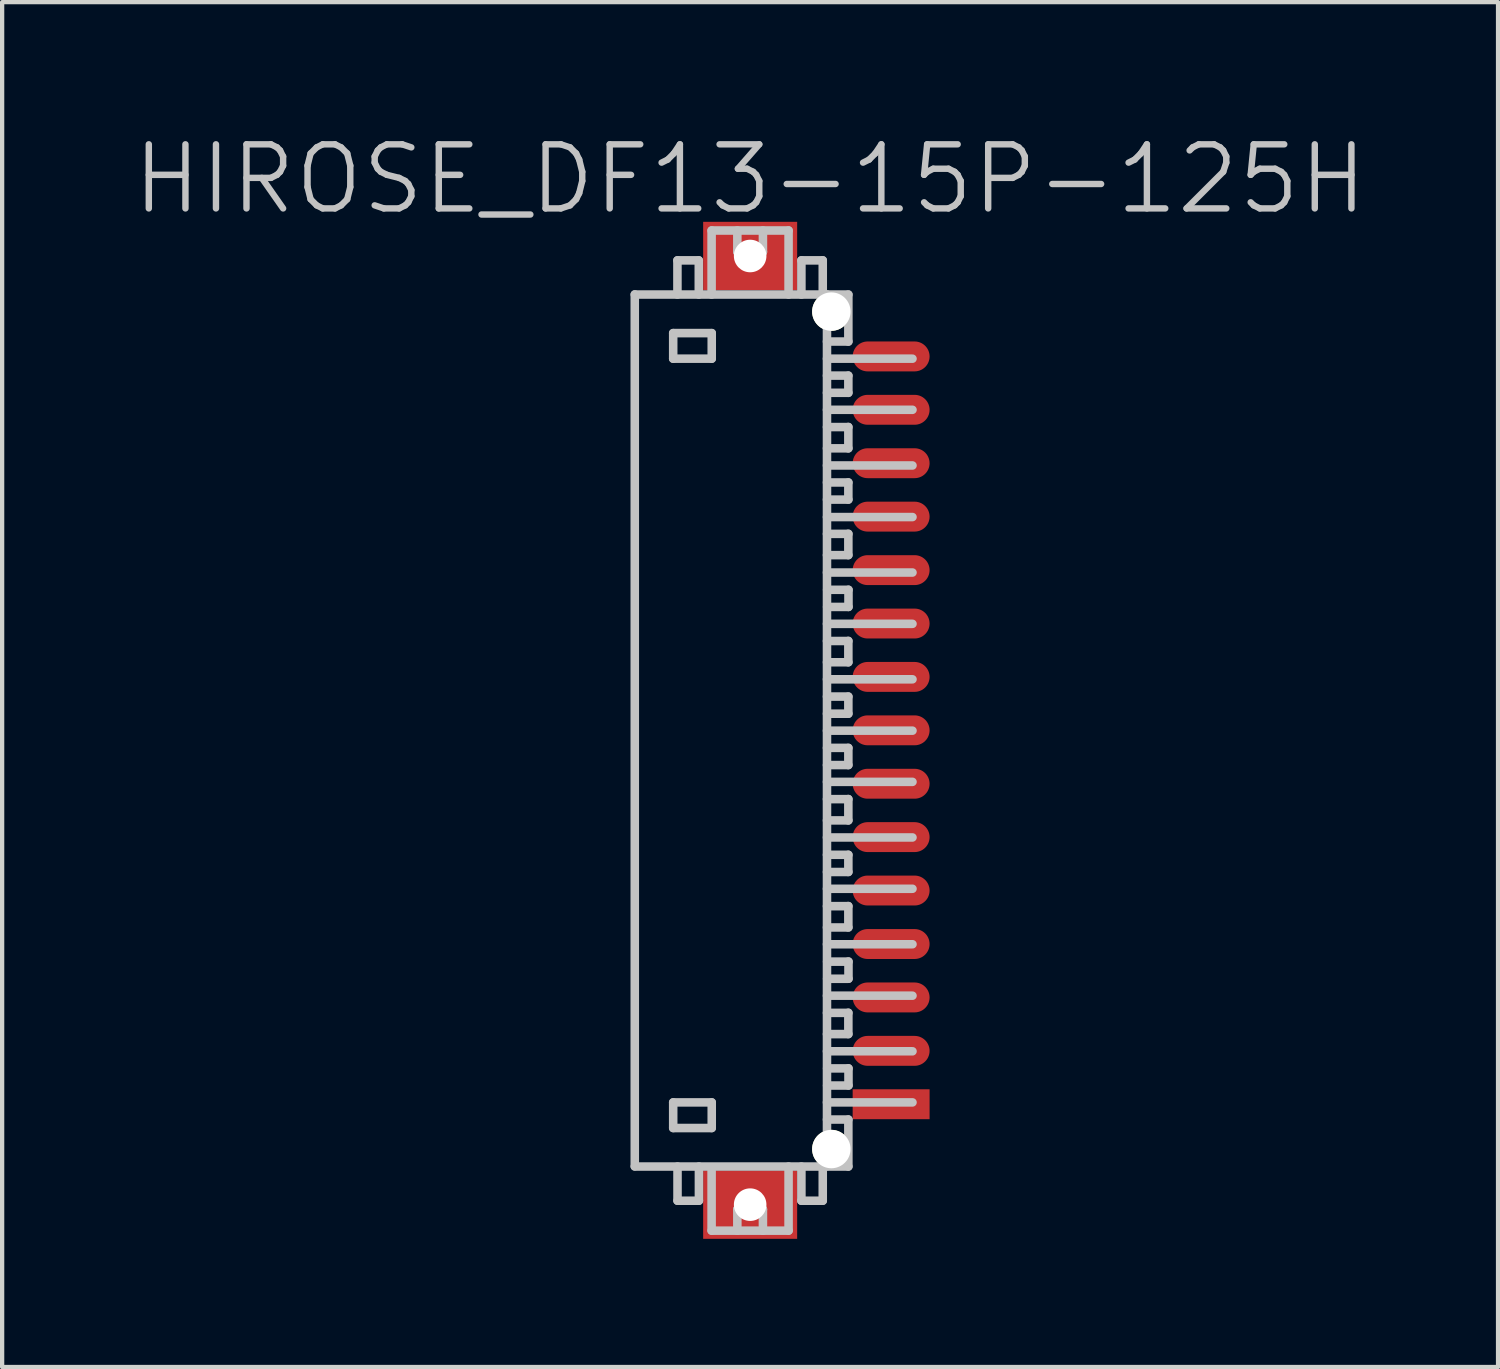
<source format=kicad_pcb>
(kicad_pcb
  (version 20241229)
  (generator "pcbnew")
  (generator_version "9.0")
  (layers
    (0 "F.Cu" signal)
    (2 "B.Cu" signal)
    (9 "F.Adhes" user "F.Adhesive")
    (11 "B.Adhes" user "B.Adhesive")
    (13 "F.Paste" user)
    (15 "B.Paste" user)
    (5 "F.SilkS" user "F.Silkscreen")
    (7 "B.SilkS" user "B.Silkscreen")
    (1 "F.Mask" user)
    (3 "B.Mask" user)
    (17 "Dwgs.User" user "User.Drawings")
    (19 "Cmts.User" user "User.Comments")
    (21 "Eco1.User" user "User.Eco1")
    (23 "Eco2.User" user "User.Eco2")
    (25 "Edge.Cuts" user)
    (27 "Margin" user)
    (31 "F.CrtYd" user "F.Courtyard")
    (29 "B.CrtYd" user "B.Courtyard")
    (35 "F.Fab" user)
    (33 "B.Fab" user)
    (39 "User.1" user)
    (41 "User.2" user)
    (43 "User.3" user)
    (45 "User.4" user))
  (footprint "HIROSE_DF13-15P-125H"
    (layer "F.Cu")
    (at 14.504 14.041)
    (property "Reference" "HIROSE_DF13-15P-125H" (at 0 -12.9 180) (layer "Dwgs.User") (effects (font (size 1.5 1.5) (thickness 0.15))))
    (attr smd)
    (fp_line (start -2.699 -10.198) (end 2.299 -10.198) (stroke (width 0.2) (type solid)) (layer "Dwgs.User"))
    (fp_line (start -2.699 10.201) (end -2.699 -10.201) (stroke (width 0.2) (type solid)) (layer "Dwgs.User"))
    (fp_line (start -1.8 -9.296) (end -1.8 -8.697) (stroke (width 0.2) (type solid)) (layer "Dwgs.User"))
    (fp_line (start -1.8 -8.697) (end -0.898 -8.697) (stroke (width 0.2) (type solid)) (layer "Dwgs.User"))
    (fp_line (start -1.8 8.707) (end -0.898 8.707) (stroke (width 0.2) (type solid)) (layer "Dwgs.User"))
    (fp_line (start -1.8 9.307) (end -1.8 8.707) (stroke (width 0.2) (type solid)) (layer "Dwgs.User"))
    (fp_line (start -1.701 -10.998) (end -1.701 -10.198) (stroke (width 0.2) (type solid)) (layer "Dwgs.User"))
    (fp_line (start -1.699 11.008) (end -1.699 10.208) (stroke (width 0.2) (type solid)) (layer "Dwgs.User"))
    (fp_line (start -1.201 -10.998) (end -1.701 -10.998) (stroke (width 0.2) (type solid)) (layer "Dwgs.User"))
    (fp_line (start -1.201 -10.198) (end -1.201 -10.998) (stroke (width 0.2) (type solid)) (layer "Dwgs.User"))
    (fp_line (start -1.198 10.208) (end -1.198 11.008) (stroke (width 0.2) (type solid)) (layer "Dwgs.User"))
    (fp_line (start -1.198 11.008) (end -1.699 11.008) (stroke (width 0.2) (type solid)) (layer "Dwgs.User"))
    (fp_line (start -0.901 -11.697) (end -0.901 -10.198) (stroke (width 0.2) (type solid)) (layer "Dwgs.User"))
    (fp_line (start -0.901 11.707) (end -0.901 10.307) (stroke (width 0.2) (type solid)) (layer "Dwgs.User"))
    (fp_line (start -0.898 -9.296) (end -1.8 -9.296) (stroke (width 0.2) (type solid)) (layer "Dwgs.User"))
    (fp_line (start -0.898 -8.697) (end -0.898 -9.296) (stroke (width 0.2) (type solid)) (layer "Dwgs.User"))
    (fp_line (start -0.898 8.707) (end -0.898 9.307) (stroke (width 0.2) (type solid)) (layer "Dwgs.User"))
    (fp_line (start -0.898 9.307) (end -1.8 9.307) (stroke (width 0.2) (type solid)) (layer "Dwgs.User"))
    (fp_line (start -0.299 -11.196) (end -0.299 -11.697) (stroke (width 0.2) (type solid)) (layer "Dwgs.User"))
    (fp_line (start -0.299 -11.196) (end 0.3 -11.196) (stroke (width 0.2) (type solid)) (layer "Dwgs.User"))
    (fp_line (start -0.299 11.209) (end 0.3 11.209) (stroke (width 0.2) (type solid)) (layer "Dwgs.User"))
    (fp_line (start -0.299 11.709) (end -0.299 11.209) (stroke (width 0.2) (type solid)) (layer "Dwgs.User"))
    (fp_line (start 0.3 -11.196) (end 0.3 -11.697) (stroke (width 0.2) (type solid)) (layer "Dwgs.User"))
    (fp_line (start 0.3 11.709) (end 0.3 11.209) (stroke (width 0.2) (type solid)) (layer "Dwgs.User"))
    (fp_line (start 0.9 -11.697) (end -0.901 -11.697) (stroke (width 0.2) (type solid)) (layer "Dwgs.User"))
    (fp_line (start 0.9 -10.198) (end 0.9 -11.697) (stroke (width 0.2) (type solid)) (layer "Dwgs.User"))
    (fp_line (start 0.9 11.707) (end 0.9 10.208) (stroke (width 0.2) (type solid)) (layer "Dwgs.User"))
    (fp_line (start 0.9 11.709) (end -0.901 11.709) (stroke (width 0.2) (type solid)) (layer "Dwgs.User"))
    (fp_line (start 1.2 -10.198) (end 1.2 -10.998) (stroke (width 0.2) (type solid)) (layer "Dwgs.User"))
    (fp_line (start 1.2 11.008) (end 1.2 10.208) (stroke (width 0.2) (type solid)) (layer "Dwgs.User"))
    (fp_line (start 1.7 -10.998) (end 1.2 -10.998) (stroke (width 0.2) (type solid)) (layer "Dwgs.User"))
    (fp_line (start 1.7 -10.998) (end 1.7 -10.198) (stroke (width 0.2) (type solid)) (layer "Dwgs.User"))
    (fp_line (start 1.7 10.208) (end 1.7 11.008) (stroke (width 0.2) (type solid)) (layer "Dwgs.User"))
    (fp_line (start 1.7 11.008) (end 1.2 11.008) (stroke (width 0.2) (type solid)) (layer "Dwgs.User"))
    (fp_line (start 1.799 -10.201) (end 1.799 10.201) (stroke (width 0.2) (type solid)) (layer "Dwgs.User"))
    (fp_line (start 1.799 -7.501) (end 3.8 -7.501) (stroke (width 0.2) (type solid)) (layer "Dwgs.User"))
    (fp_line (start 1.799 -7.097) (end 2.299 -7.097) (stroke (width 0.2) (type solid)) (layer "Dwgs.User"))
    (fp_line (start 1.799 -6.198) (end 3.8 -6.198) (stroke (width 0.2) (type solid)) (layer "Dwgs.User"))
    (fp_line (start 1.799 -4.991) (end 3.8 -4.991) (stroke (width 0.2) (type solid)) (layer "Dwgs.User"))
    (fp_line (start 1.799 -4.597) (end 2.299 -4.597) (stroke (width 0.2) (type solid)) (layer "Dwgs.User"))
    (fp_line (start 1.799 -3.693) (end 3.8 -3.693) (stroke (width 0.2) (type solid)) (layer "Dwgs.User"))
    (fp_line (start 1.799 -2.492) (end 3.8 -2.492) (stroke (width 0.2) (type solid)) (layer "Dwgs.User"))
    (fp_line (start 1.799 -2.09) (end 2.299 -2.09) (stroke (width 0.2) (type solid)) (layer "Dwgs.User"))
    (fp_line (start 1.799 -1.194) (end 3.8 -1.194) (stroke (width 0.2) (type solid)) (layer "Dwgs.User"))
    (fp_line (start 1.799 0.008) (end 3.8 0.008) (stroke (width 0.2) (type solid)) (layer "Dwgs.User"))
    (fp_line (start 1.799 1.206) (end 3.8 1.206) (stroke (width 0.2) (type solid)) (layer "Dwgs.User"))
    (fp_line (start 1.799 1.61) (end 2.299 1.61) (stroke (width 0.2) (type solid)) (layer "Dwgs.User"))
    (fp_line (start 1.799 2.507) (end 3.8 2.507) (stroke (width 0.2) (type solid)) (layer "Dwgs.User"))
    (fp_line (start 1.799 3.708) (end 3.8 3.708) (stroke (width 0.2) (type solid)) (layer "Dwgs.User"))
    (fp_line (start 1.799 4.115) (end 2.299 4.115) (stroke (width 0.2) (type solid)) (layer "Dwgs.User"))
    (fp_line (start 1.799 5.006) (end 3.8 5.006) (stroke (width 0.2) (type solid)) (layer "Dwgs.User"))
    (fp_line (start 1.799 6.21) (end 3.8 6.21) (stroke (width 0.2) (type solid)) (layer "Dwgs.User"))
    (fp_line (start 1.799 6.612) (end 2.299 6.612) (stroke (width 0.2) (type solid)) (layer "Dwgs.User"))
    (fp_line (start 1.799 7.511) (end 3.8 7.511) (stroke (width 0.2) (type solid)) (layer "Dwgs.User"))
    (fp_line (start 1.799 8.707) (end 3.8 8.707) (stroke (width 0.2) (type solid)) (layer "Dwgs.User"))
    (fp_line (start 2.299 -9.098) (end 1.799 -9.098) (stroke (width 0.2) (type solid)) (layer "Dwgs.User"))
    (fp_line (start 2.299 -9.098) (end 2.299 -10.198) (stroke (width 0.2) (type solid)) (layer "Dwgs.User"))
    (fp_line (start 2.299 -8.301) (end 1.799 -8.301) (stroke (width 0.2) (type solid)) (layer "Dwgs.User"))
    (fp_line (start 2.299 -7.899) (end 1.799 -7.899) (stroke (width 0.2) (type solid)) (layer "Dwgs.User"))
    (fp_line (start 2.299 -7.899) (end 2.299 -8.301) (stroke (width 0.2) (type solid)) (layer "Dwgs.User"))
    (fp_line (start 2.299 -7.099) (end 2.299 -6.599) (stroke (width 0.2) (type solid)) (layer "Dwgs.User"))
    (fp_line (start 2.299 -6.599) (end 1.799 -6.599) (stroke (width 0.2) (type solid)) (layer "Dwgs.User"))
    (fp_line (start 2.299 -5.801) (end 1.799 -5.801) (stroke (width 0.2) (type solid)) (layer "Dwgs.User"))
    (fp_line (start 2.299 -5.4) (end 1.799 -5.4) (stroke (width 0.2) (type solid)) (layer "Dwgs.User"))
    (fp_line (start 2.299 -5.4) (end 2.299 -5.801) (stroke (width 0.2) (type solid)) (layer "Dwgs.User"))
    (fp_line (start 2.299 -4.6) (end 2.299 -4.1) (stroke (width 0.2) (type solid)) (layer "Dwgs.User"))
    (fp_line (start 2.299 -4.1) (end 1.799 -4.1) (stroke (width 0.2) (type solid)) (layer "Dwgs.User"))
    (fp_line (start 2.299 -2.093) (end 2.299 -1.593) (stroke (width 0.2) (type solid)) (layer "Dwgs.User"))
    (fp_line (start 2.299 -1.593) (end 1.799 -1.593) (stroke (width 0.2) (type solid)) (layer "Dwgs.User"))
    (fp_line (start 2.299 -0.79) (end 1.799 -0.79) (stroke (width 0.2) (type solid)) (layer "Dwgs.User"))
    (fp_line (start 2.299 -0.389) (end 1.799 -0.389) (stroke (width 0.2) (type solid)) (layer "Dwgs.User"))
    (fp_line (start 2.299 -0.389) (end 2.299 -0.79) (stroke (width 0.2) (type solid)) (layer "Dwgs.User"))
    (fp_line (start 2.299 0.411) (end 1.799 0.411) (stroke (width 0.2) (type solid)) (layer "Dwgs.User"))
    (fp_line (start 2.299 0.813) (end 1.799 0.813) (stroke (width 0.2) (type solid)) (layer "Dwgs.User"))
    (fp_line (start 2.299 0.813) (end 2.299 0.411) (stroke (width 0.2) (type solid)) (layer "Dwgs.User"))
    (fp_line (start 2.299 1.608) (end 2.299 2.108) (stroke (width 0.2) (type solid)) (layer "Dwgs.User"))
    (fp_line (start 2.299 2.108) (end 1.799 2.108) (stroke (width 0.2) (type solid)) (layer "Dwgs.User"))
    (fp_line (start 2.299 2.913) (end 1.799 2.913) (stroke (width 0.2) (type solid)) (layer "Dwgs.User"))
    (fp_line (start 2.299 3.315) (end 1.799 3.315) (stroke (width 0.2) (type solid)) (layer "Dwgs.User"))
    (fp_line (start 2.299 3.315) (end 2.299 2.913) (stroke (width 0.2) (type solid)) (layer "Dwgs.User"))
    (fp_line (start 2.299 4.112) (end 2.299 4.613) (stroke (width 0.2) (type solid)) (layer "Dwgs.User"))
    (fp_line (start 2.299 4.613) (end 1.799 4.613) (stroke (width 0.2) (type solid)) (layer "Dwgs.User"))
    (fp_line (start 2.299 6.609) (end 2.299 7.109) (stroke (width 0.2) (type solid)) (layer "Dwgs.User"))
    (fp_line (start 2.299 7.109) (end 1.799 7.109) (stroke (width 0.2) (type solid)) (layer "Dwgs.User"))
    (fp_line (start 2.299 9.108) (end 1.799 9.108) (stroke (width 0.2) (type solid)) (layer "Dwgs.User"))
    (fp_line (start 2.299 10.208) (end -2.699 10.208) (stroke (width 0.2) (type solid)) (layer "Dwgs.User"))
    (fp_line (start 2.299 10.208) (end 2.299 9.108) (stroke (width 0.2) (type solid)) (layer "Dwgs.User"))
    (fp_line (start 2.302 -3.289) (end 1.802 -3.289) (stroke (width 0.2) (type solid)) (layer "Dwgs.User"))
    (fp_line (start 2.302 -2.888) (end 1.802 -2.888) (stroke (width 0.2) (type solid)) (layer "Dwgs.User"))
    (fp_line (start 2.302 -2.888) (end 2.302 -3.289) (stroke (width 0.2) (type solid)) (layer "Dwgs.User"))
    (fp_line (start 2.302 5.413) (end 1.802 5.413) (stroke (width 0.2) (type solid)) (layer "Dwgs.User"))
    (fp_line (start 2.302 5.812) (end 2.302 5.41) (stroke (width 0.2) (type solid)) (layer "Dwgs.User"))
    (fp_line (start 2.302 5.814) (end 1.802 5.814) (stroke (width 0.2) (type solid)) (layer "Dwgs.User"))
    (fp_line (start 2.302 7.912) (end 1.802 7.912) (stroke (width 0.2) (type solid)) (layer "Dwgs.User"))
    (fp_line (start 2.302 8.311) (end 2.302 7.91) (stroke (width 0.2) (type solid)) (layer "Dwgs.User"))
    (fp_line (start 2.302 8.313) (end 1.802 8.313) (stroke (width 0.2) (type solid)) (layer "Dwgs.User"))
    (fp_line (start 3.8 -8.697) (end 1.799 -8.697) (stroke (width 0.2) (type solid)) (layer "Dwgs.User"))
    (pad "" np_thru_hole rect (at 0.001 -11.1 270) (size 1.6 2.2) (drill 0.762) (layers "F.Cu" "F.Mask" "F.Paste"))
    (pad "" np_thru_hole rect (at 0.001 11.1 270) (size 1.6 2.2) (drill 0.762) (layers "F.Cu" "F.Mask" "F.Paste"))
    (pad "" np_thru_hole circle (at 1.901 -9.799 270) (size 0.899 0.899) (drill 0.899) (layers "*.Cu" "*.Mask" "F.SilkS"))
    (pad "" np_thru_hole circle (at 1.901 9.799 270) (size 0.899 0.899) (drill 0.899) (layers "*.Cu" "*.Mask" "F.SilkS"))
    (pad "1" smd rect (at 3.3 8.75 270) (size 0.7 1.8) (layers "F.Cu" "F.Mask" "F.Paste"))
    (pad "2" smd oval (at 3.3 7.501 270) (size 0.7 1.8) (layers "F.Cu" "F.Mask" "F.Paste"))
    (pad "3" smd oval (at 3.3 6.251 270) (size 0.7 1.8) (layers "F.Cu" "F.Mask" "F.Paste"))
    (pad "4" smd oval (at 3.3 5.001 270) (size 0.7 1.8) (layers "F.Cu" "F.Mask" "F.Paste"))
    (pad "5" smd oval (at 3.3 3.749 270) (size 0.7 1.8) (layers "F.Cu" "F.Mask" "F.Paste"))
    (pad "6" smd oval (at 3.3 2.499 270) (size 0.7 1.8) (layers "F.Cu" "F.Mask" "F.Paste"))
    (pad "7" smd oval (at 3.3 1.25 270) (size 0.7 1.8) (layers "F.Cu" "F.Mask" "F.Paste"))
    (pad "8" smd oval (at 3.3 0 270) (size 0.7 1.8) (layers "F.Cu" "F.Mask" "F.Paste"))
    (pad "9" smd oval (at 3.3 -1.25 270) (size 0.7 1.8) (layers "F.Cu" "F.Mask" "F.Paste"))
    (pad "10" smd oval (at 3.3 -2.499 270) (size 0.7 1.8) (layers "F.Cu" "F.Mask" "F.Paste"))
    (pad "11" smd oval (at 3.3 -3.749 270) (size 0.7 1.8) (layers "F.Cu" "F.Mask" "F.Paste"))
    (pad "12" smd oval (at 3.3 -5.001 270) (size 0.7 1.8) (layers "F.Cu" "F.Mask" "F.Paste"))
    (pad "13" smd oval (at 3.3 -6.251 270) (size 0.7 1.8) (layers "F.Cu" "F.Mask" "F.Paste"))
    (pad "14" smd oval (at 3.3 -7.501 270) (size 0.7 1.8) (layers "F.Cu" "F.Mask" "F.Paste"))
    (pad "15" smd oval (at 3.3 -8.75 270) (size 0.7 1.8) (layers "F.Cu" "F.Mask" "F.Paste")))
  (gr_rect
    (start -3 -3)
    (end 32.007 28.941)
    (stroke (width 0.1) (type default))
    (fill no)
    (layer "Edge.Cuts")))
</source>
